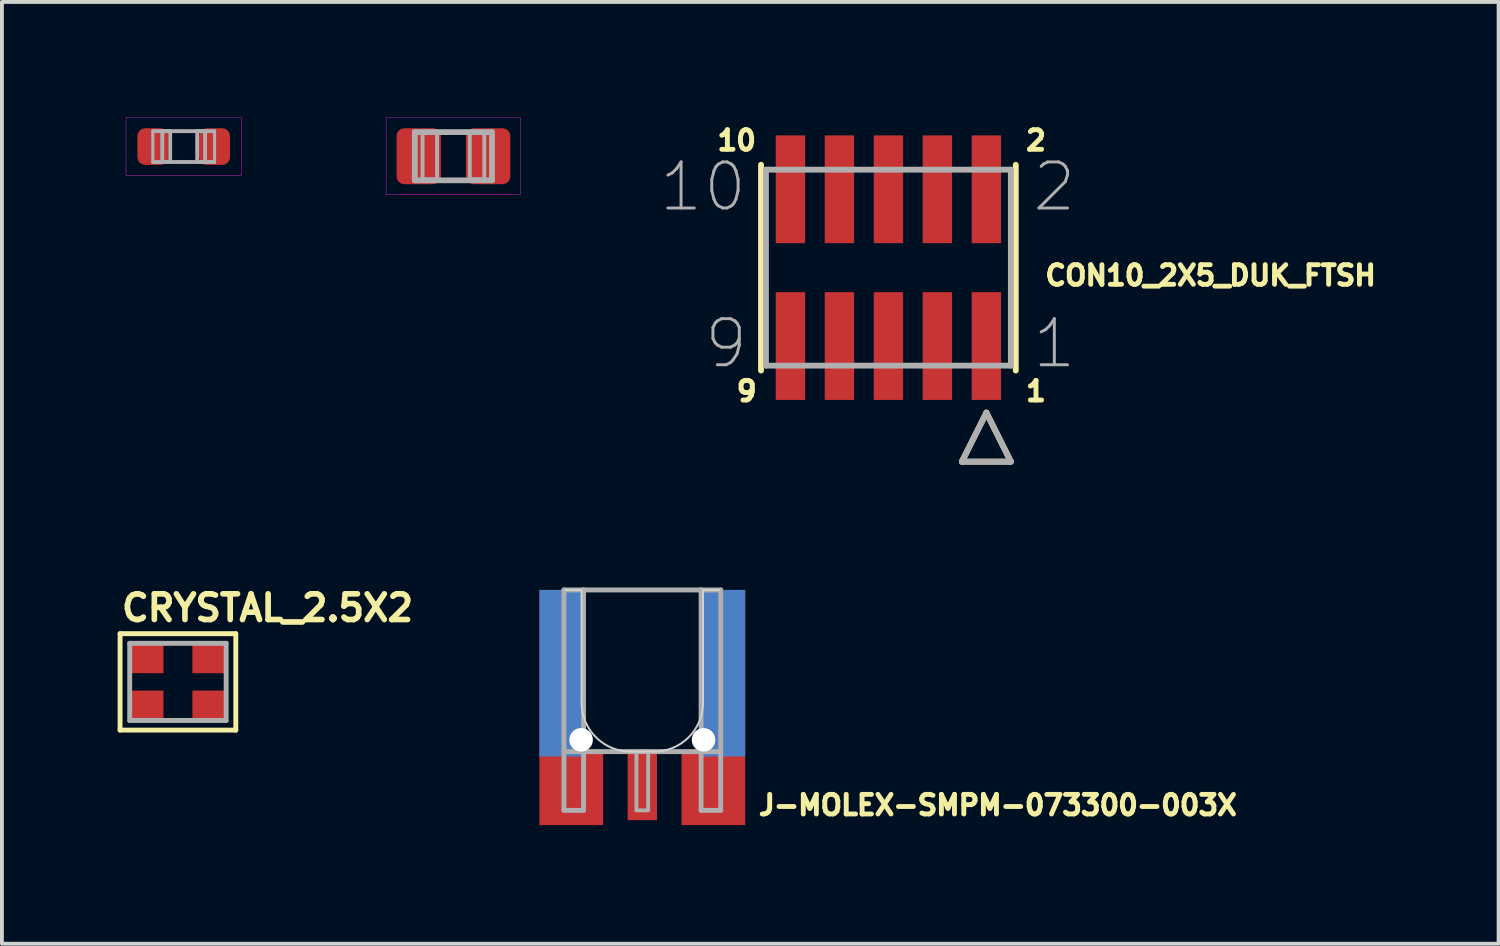
<source format=kicad_pcb>
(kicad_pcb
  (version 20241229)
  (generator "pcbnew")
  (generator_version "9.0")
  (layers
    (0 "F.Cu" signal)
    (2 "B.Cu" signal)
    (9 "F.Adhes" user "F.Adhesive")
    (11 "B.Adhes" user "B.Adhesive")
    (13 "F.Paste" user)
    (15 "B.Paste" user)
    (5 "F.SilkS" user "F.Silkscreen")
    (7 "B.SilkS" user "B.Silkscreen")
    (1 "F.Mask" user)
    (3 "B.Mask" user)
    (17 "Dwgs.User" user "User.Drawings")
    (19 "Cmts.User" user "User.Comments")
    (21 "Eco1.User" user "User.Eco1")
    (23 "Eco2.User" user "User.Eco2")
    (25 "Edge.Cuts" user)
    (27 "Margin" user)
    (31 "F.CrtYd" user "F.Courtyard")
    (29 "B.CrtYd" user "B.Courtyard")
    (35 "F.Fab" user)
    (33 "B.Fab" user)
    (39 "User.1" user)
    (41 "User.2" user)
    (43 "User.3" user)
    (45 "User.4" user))
  (footprint ".0805-B-NOSILK"
    (layer "F.Cu")
    (at 8.705 1)
    (property "Reference" ".0805-B-NOSILK" (at 0 0 0) (layer "F.Mask") (effects (font (size 0.34 0.34) (thickness 0.06))))
    (fp_line (start -1 -0.625) (end 1 -0.625) (stroke (width 0.15) (type solid)) (layer "F.Mask"))
    (fp_line (start -1 0.625) (end -1 -0.625) (stroke (width 0.15) (type solid)) (layer "F.Mask"))
    (fp_line (start 1 -0.625) (end 1 0.625) (stroke (width 0.15) (type solid)) (layer "F.Mask"))
    (fp_line (start 1 0.625) (end -1 0.625) (stroke (width 0.15) (type solid)) (layer "F.Mask"))
    (fp_poly (pts (xy -0.26 0.79) (xy -1.54 0.79) (xy -1.54 -0.79) (xy -0.26 -0.79)) (stroke (width 0) (type solid)) (fill yes) (layer "F.Mask"))
    (fp_poly (pts (xy 1.54 0.79) (xy 0.26 0.79) (xy 0.26 -0.79) (xy 1.54 -0.79)) (stroke (width 0) (type solid)) (fill yes) (layer "F.Mask"))
    (fp_line (start -1.745 -0.995) (end -1.745 0.995) (stroke (width 0.01) (type solid)) (layer "F.CrtYd"))
    (fp_line (start -1.745 0.995) (end 1.745 0.995) (stroke (width 0.01) (type solid)) (layer "F.CrtYd"))
    (fp_line (start 1.745 -0.995) (end -1.745 -0.995) (stroke (width 0.01) (type solid)) (layer "F.CrtYd"))
    (fp_line (start 1.745 0.995) (end 1.745 -0.995) (stroke (width 0.01) (type solid)) (layer "F.CrtYd"))
    (fp_line (start -1 -0.625) (end 1 -0.625) (stroke (width 0.15) (type solid)) (layer "F.Fab"))
    (fp_line (start -1 0.625) (end -1 -0.625) (stroke (width 0.15) (type solid)) (layer "F.Fab"))
    (fp_line (start 1 -0.625) (end 1 0.625) (stroke (width 0.15) (type solid)) (layer "F.Fab"))
    (fp_line (start 1 0.625) (end -1 0.625) (stroke (width 0.15) (type solid)) (layer "F.Fab"))
    (fp_poly (pts (xy -0.8 0.6) (xy -0.425 0.6) (xy -0.425 -0.6) (xy -0.8 -0.6)) (stroke (width 0.1) (type solid)) (fill no) (layer "F.Fab"))
    (fp_poly (pts (xy 0.425 0.6) (xy 0.8 0.6) (xy 0.8 -0.6) (xy 0.425 -0.6)) (stroke (width 0.1) (type solid)) (fill no) (layer "F.Fab"))
    (pad "1" smd roundrect (at -0.9 0) (size 1.15 1.45) (layers "F.Cu" "F.Paste") (roundrect_rratio 0.175))
    (pad "2" smd roundrect (at 0.9 0) (size 1.15 1.45) (layers "F.Cu" "F.Paste") (roundrect_rratio 0.175)))
  (footprint "CRYSTAL_2.5X2"
    (layer "F.Cu")
    (at 1.563 14.628)
    (property "Reference" "CRYSTAL_2.5X2" (at -1.532 -1.528 0) (layer "F.SilkS") (effects (font (size 0.666 0.666) (thickness 0.146)) (justify left bottom)))
    (fp_line (start -1.5 -1.25) (end 1.5 -1.25) (stroke (width 0.127) (type solid)) (layer "F.SilkS"))
    (fp_line (start -1.5 1.25) (end -1.5 -1.25) (stroke (width 0.127) (type solid)) (layer "F.SilkS"))
    (fp_line (start 1.5 -1.25) (end 1.5 1.25) (stroke (width 0.127) (type solid)) (layer "F.SilkS"))
    (fp_line (start 1.5 1.25) (end -1.5 1.25) (stroke (width 0.127) (type solid)) (layer "F.SilkS"))
    (fp_line (start -1.25 -1) (end 1.25 -1) (stroke (width 0.127) (type solid)) (layer "F.Fab"))
    (fp_line (start -1.25 1) (end -1.25 -1) (stroke (width 0.127) (type solid)) (layer "F.Fab"))
    (fp_line (start 1.25 -1) (end 1.25 1) (stroke (width 0.127) (type solid)) (layer "F.Fab"))
    (fp_line (start 1.25 1) (end -1.25 1) (stroke (width 0.127) (type solid)) (layer "F.Fab"))
    (pad "1" smd rect (at -0.825 0.625) (size 0.9 0.8) (layers "F.Cu" "F.Mask" "F.Paste"))
    (pad "2" smd rect (at 0.825 0.625) (size 0.9 0.8) (layers "F.Cu" "F.Mask" "F.Paste"))
    (pad "3" smd rect (at 0.825 -0.625) (size 0.9 0.8) (layers "F.Cu" "F.Mask" "F.Paste"))
    (pad "4" smd rect (at -0.825 -0.625) (size 0.9 0.8) (layers "F.Cu" "F.Mask" "F.Paste")))
  (footprint ".0603-B-NOSILK"
    (layer "F.Cu")
    (at 1.712 0.75)
    (property "Reference" ".0603-B-NOSILK" (at 0 0 0) (layer "F.Mask") (effects (font (size 0.255 0.255) (thickness 0.045))))
    (fp_line (start -0.8 0.41) (end -0.8 -0.41) (stroke (width 0.08) (type solid)) (layer "F.Mask"))
    (fp_line (start -0.79 -0.4) (end 0.79 -0.4) (stroke (width 0.1) (type solid)) (layer "F.Mask"))
    (fp_line (start 0.79 0.4) (end -0.79 0.4) (stroke (width 0.1) (type solid)) (layer "F.Mask"))
    (fp_line (start 0.8 -0.41) (end 0.8 0.41) (stroke (width 0.08) (type solid)) (layer "F.Mask"))
    (fp_poly (pts (xy -0.34 0.54) (xy -1.26 0.54) (xy -1.26 -0.54) (xy -0.34 -0.54)) (stroke (width 0) (type solid)) (fill yes) (layer "F.Mask"))
    (fp_poly (pts (xy 1.26 0.54) (xy 0.34 0.54) (xy 0.34 -0.54) (xy 1.26 -0.54)) (stroke (width 0) (type solid)) (fill yes) (layer "F.Mask"))
    (fp_line (start -1.495 -0.745) (end -1.495 0.745) (stroke (width 0.01) (type solid)) (layer "F.CrtYd"))
    (fp_line (start -1.495 0.745) (end 1.495 0.745) (stroke (width 0.01) (type solid)) (layer "F.CrtYd"))
    (fp_line (start 1.495 -0.745) (end -1.495 -0.745) (stroke (width 0.01) (type solid)) (layer "F.CrtYd"))
    (fp_line (start 1.495 0.745) (end 1.495 -0.745) (stroke (width 0.01) (type solid)) (layer "F.CrtYd"))
    (fp_line (start -0.8 0.41) (end -0.8 -0.41) (stroke (width 0.08) (type solid)) (layer "F.Fab"))
    (fp_line (start -0.79 -0.4) (end 0.79 -0.4) (stroke (width 0.1) (type solid)) (layer "F.Fab"))
    (fp_line (start 0.79 0.4) (end -0.79 0.4) (stroke (width 0.1) (type solid)) (layer "F.Fab"))
    (fp_line (start 0.8 -0.41) (end 0.8 0.41) (stroke (width 0.08) (type solid)) (layer "F.Fab"))
    (fp_poly (pts (xy -0.555 0.4) (xy -0.35 0.4) (xy -0.35 -0.4) (xy -0.555 -0.4)) (stroke (width 0.1) (type solid)) (fill no) (layer "F.Fab"))
    (fp_poly (pts (xy 0.35 0.4) (xy 0.555 0.4) (xy 0.555 -0.4) (xy 0.35 -0.4)) (stroke (width 0.1) (type solid)) (fill no) (layer "F.Fab"))
    (pad "1" smd roundrect (at -0.8 0) (size 0.8 0.95) (layers "F.Cu" "F.Paste") (roundrect_rratio 0.25))
    (pad "2" smd roundrect (at 0.8 0) (size 0.8 0.95) (layers "F.Cu" "F.Paste") (roundrect_rratio 0.25)))
  (footprint "CON10_2X5_DUK_FTSH"
    (layer "F.Cu")
    (at 19.982 3.889)
    (property "Reference" "CON10_2X5_DUK_FTSH" (at 4 0.5 0) (layer "F.SilkS") (effects (font (size 0.508 0.508) (thickness 0.127)) (justify left bottom)))
    (fp_line (start -3.302 -2.667) (end -3.302 2.667) (stroke (width 0.152) (type solid)) (layer "F.SilkS"))
    (fp_line (start 1.905 5.029) (end 3.175 5.029) (stroke (width 0.152) (type solid)) (layer "F.SilkS"))
    (fp_line (start 2.54 3.759) (end 1.905 5.029) (stroke (width 0.152) (type solid)) (layer "F.SilkS"))
    (fp_line (start 3.175 5.029) (end 2.54 3.759) (stroke (width 0.152) (type solid)) (layer "F.SilkS"))
    (fp_line (start 3.302 2.667) (end 3.302 -2.667) (stroke (width 0.152) (type solid)) (layer "F.SilkS"))
    (fp_line (start -3.175 -2.54) (end -3.175 2.54) (stroke (width 0.152) (type solid)) (layer "F.Fab"))
    (fp_line (start -3.175 2.54) (end 3.175 2.54) (stroke (width 0.152) (type solid)) (layer "F.Fab"))
    (fp_line (start 1.905 5.029) (end 3.175 5.029) (stroke (width 0.152) (type solid)) (layer "F.Fab"))
    (fp_line (start 2.54 3.759) (end 1.905 5.029) (stroke (width 0.152) (type solid)) (layer "F.Fab"))
    (fp_line (start 3.175 -2.54) (end -3.175 -2.54) (stroke (width 0.152) (type solid)) (layer "F.Fab"))
    (fp_line (start 3.175 2.54) (end 3.175 -2.54) (stroke (width 0.152) (type solid)) (layer "F.Fab"))
    (fp_line (start 3.175 5.029) (end 2.54 3.759) (stroke (width 0.152) (type solid)) (layer "F.Fab"))
    (fp_text user "9" (at -4 3.5 0) (layer "F.SilkS") (effects (font (size 0.508 0.508) (thickness 0.127)) (justify left bottom)))
    (fp_text user "2" (at 3.5 -3 0) (layer "F.SilkS") (effects (font (size 0.508 0.508) (thickness 0.127)) (justify left bottom)))
    (fp_text user "1" (at 3.5 3.5 0) (layer "F.SilkS") (effects (font (size 0.508 0.508) (thickness 0.127)) (justify left bottom)))
    (fp_text user "10" (at -4.5 -3 0) (layer "F.SilkS") (effects (font (size 0.508 0.508) (thickness 0.127)) (justify left bottom)))
    (fp_text user "1" (at 3.683 2.667 0) (layer "F.Fab") (effects (font (size 1.194 1.194) (thickness 0.076)) (justify left bottom)))
    (fp_text user "10" (at -5.994 -1.397 0) (layer "F.Fab") (effects (font (size 1.194 1.194) (thickness 0.076)) (justify left bottom)))
    (fp_text user "9" (at -4.826 2.667 0) (layer "F.Fab") (effects (font (size 1.194 1.194) (thickness 0.076)) (justify left bottom)))
    (fp_text user "2" (at 3.683 -1.397 0) (layer "F.Fab") (effects (font (size 1.194 1.194) (thickness 0.076)) (justify left bottom)))
    (pad "1" smd rect (at 2.54 2.032) (size 0.762 2.794) (layers "F.Cu" "F.Mask" "F.Paste"))
    (pad "2" smd rect (at 2.54 -2.032) (size 0.762 2.794) (layers "F.Cu" "F.Mask" "F.Paste"))
    (pad "3" smd rect (at 1.27 2.032) (size 0.762 2.794) (layers "F.Cu" "F.Mask" "F.Paste"))
    (pad "4" smd rect (at 1.27 -2.032) (size 0.762 2.794) (layers "F.Cu" "F.Mask" "F.Paste"))
    (pad "5" smd rect (at 0 2.032) (size 0.762 2.794) (layers "F.Cu" "F.Mask" "F.Paste"))
    (pad "6" smd rect (at 0 -2.032) (size 0.762 2.794) (layers "F.Cu" "F.Mask" "F.Paste"))
    (pad "7" smd rect (at -1.27 2.032) (size 0.762 2.794) (layers "F.Cu" "F.Mask" "F.Paste"))
    (pad "8" smd rect (at -1.27 -2.032) (size 0.762 2.794) (layers "F.Cu" "F.Mask" "F.Paste"))
    (pad "9" smd rect (at -2.54 2.032) (size 0.762 2.794) (layers "F.Cu" "F.Mask" "F.Paste"))
    (pad "10" smd rect (at -2.54 -2.032) (size 0.762 2.794) (layers "F.Cu" "F.Mask" "F.Paste")))
  (footprint "J-MOLEX-SMPM-073300-003X"
    (layer "F.Cu")
    (at 13.602 12.244)
    (property "Reference" "J-MOLEX-SMPM-073300-003X" (at 2.953 5.877 0) (layer "F.SilkS") (effects (font (size 0.508 0.508) (thickness 0.127)) (justify left bottom)))
    (fp_poly (pts (xy -1.575 4.191) (xy -1.016 4.191) (xy -1.016 6.096) (xy -2.667 6.096) (xy -2.667 0) (xy -1.575 0)) (stroke (width 0) (type solid)) (fill yes) (layer "F.Cu"))
    (fp_poly (pts (xy 2.667 6.096) (xy 1.016 6.096) (xy 1.016 4.191) (xy 1.575 4.191) (xy 1.575 0) (xy 2.667 0)) (stroke (width 0) (type solid)) (fill yes) (layer "F.Cu"))
    (fp_poly (pts (xy -1.448 4.115) (xy -0.94 4.115) (xy -0.94 6.172) (xy -2.743 6.172) (xy -2.743 -0.076) (xy -1.448 -0.076)) (stroke (width 0) (type solid)) (fill yes) (layer "F.Mask"))
    (fp_poly (pts (xy 2.743 6.172) (xy 0.94 6.172) (xy 0.94 4.115) (xy 1.448 4.115) (xy 1.448 -0.076) (xy 2.743 -0.076)) (stroke (width 0) (type solid)) (fill yes) (layer "F.Mask"))
    (fp_poly (pts (xy -1.575 4.318) (xy -2.667 4.318) (xy -2.667 0) (xy -1.575 0)) (stroke (width 0) (type solid)) (fill yes) (layer "B.Cu"))
    (fp_poly (pts (xy 2.667 4.318) (xy 1.575 4.318) (xy 1.575 0) (xy 2.667 0)) (stroke (width 0) (type solid)) (fill yes) (layer "B.Cu"))
    (fp_poly (pts (xy -1.448 4.394) (xy -2.743 4.394) (xy -2.743 -0.076) (xy -1.448 -0.076)) (stroke (width 0) (type solid)) (fill yes) (layer "B.Mask"))
    (fp_poly (pts (xy 2.743 4.394) (xy 1.448 4.394) (xy 1.448 -0.076) (xy 2.743 -0.076)) (stroke (width 0) (type solid)) (fill yes) (layer "B.Mask"))
    (fp_line (start -2 0) (end -1.575 0) (stroke (width 0.05) (type solid)) (layer "Edge.Cuts"))
    (fp_line (start -1.575 0) (end -1.575 2.921) (stroke (width 0.05) (type solid)) (layer "Edge.Cuts"))
    (fp_line (start -0.305 4.191) (end 0.305 4.191) (stroke (width 0.05) (type solid)) (layer "Edge.Cuts"))
    (fp_line (start 1.575 0) (end 2 0) (stroke (width 0.05) (type solid)) (layer "Edge.Cuts"))
    (fp_line (start 1.575 2.921) (end 1.575 0) (stroke (width 0.05) (type solid)) (layer "Edge.Cuts"))
    (fp_arc (start -0.304799 4.191001) (mid -1.202825 3.819026) (end -1.5748 2.921) (stroke (width 0.05) (type solid)) (layer "Edge.Cuts"))
    (fp_arc (start 1.574799 2.920999) (mid 1.202825 3.819025) (end 0.3048 4.191) (stroke (width 0.05) (type solid)) (layer "Edge.Cuts"))
    (fp_line (start -2.032 0) (end -2.032 4.191) (stroke (width 0.127) (type solid)) (layer "F.Fab"))
    (fp_line (start -2.032 4.191) (end -2.032 5.715) (stroke (width 0.127) (type solid)) (layer "F.Fab"))
    (fp_line (start -2.032 4.191) (end -1.524 4.191) (stroke (width 0.127) (type solid)) (layer "F.Fab"))
    (fp_line (start -2.032 5.715) (end -1.524 5.715) (stroke (width 0.127) (type solid)) (layer "F.Fab"))
    (fp_line (start -1.524 0) (end -2.032 0) (stroke (width 0.127) (type solid)) (layer "F.Fab"))
    (fp_line (start -1.524 0) (end -1.524 4.191) (stroke (width 0.127) (type solid)) (layer "F.Fab"))
    (fp_line (start -1.524 4.191) (end 0 4.191) (stroke (width 0.127) (type solid)) (layer "F.Fab"))
    (fp_line (start -1.524 5.715) (end -1.524 4.191) (stroke (width 0.127) (type solid)) (layer "F.Fab"))
    (fp_line (start 0 4.191) (end 1.524 4.191) (stroke (width 0.127) (type solid)) (layer "F.Fab"))
    (fp_line (start 1.524 0) (end -1.524 0) (stroke (width 0.127) (type solid)) (layer "F.Fab"))
    (fp_line (start 1.524 0) (end 1.524 4.191) (stroke (width 0.127) (type solid)) (layer "F.Fab"))
    (fp_line (start 1.524 4.191) (end 2.032 4.191) (stroke (width 0.127) (type solid)) (layer "F.Fab"))
    (fp_line (start 1.524 5.715) (end 1.524 4.191) (stroke (width 0.127) (type solid)) (layer "F.Fab"))
    (fp_line (start 2.032 0) (end 1.524 0) (stroke (width 0.127) (type solid)) (layer "F.Fab"))
    (fp_line (start 2.032 4.191) (end 2.032 0) (stroke (width 0.127) (type solid)) (layer "F.Fab"))
    (fp_line (start 2.032 4.191) (end 2.032 5.715) (stroke (width 0.127) (type solid)) (layer "F.Fab"))
    (fp_line (start 2.032 5.715) (end 1.524 5.715) (stroke (width 0.127) (type solid)) (layer "F.Fab"))
    (fp_poly (pts (xy -0.152 5.715) (xy 0.152 5.715) (xy 0.152 4.191) (xy -0.152 4.191)) (stroke (width 0.1) (type solid)) (fill no) (layer "F.Fab"))
    (pad "" np_thru_hole circle (at -1.587 3.886) (size 0.61 0.61) (drill 0.61) (layers "*.Cu" "*.Mask"))
    (pad "" np_thru_hole circle (at 1.587 3.886) (size 0.61 0.61) (drill 0.61) (layers "*.Cu" "*.Mask"))
    (pad "P$1" smd rect (at -1.778 5.08) (size 0.508 0.508) (layers "F.Cu"))
    (pad "P$2" smd rect (at 1.778 5.08) (size 0.508 0.508) (layers "F.Cu"))
    (pad "P$3" smd rect (at -2.032 1.778 180) (size 0.508 0.508) (layers "B.Cu"))
    (pad "P$4" smd rect (at 2.032 1.778 180) (size 0.508 0.508) (layers "B.Cu"))
    (pad "RF" smd rect (at 0 5.08) (size 0.762 1.778) (layers "F.Cu" "F.Mask")))
  (gr_rect
    (start -3 -3)
    (end 35.801 21.417)
    (stroke (width 0.1) (type default))
    (fill no)
    (layer "Edge.Cuts")))
</source>
